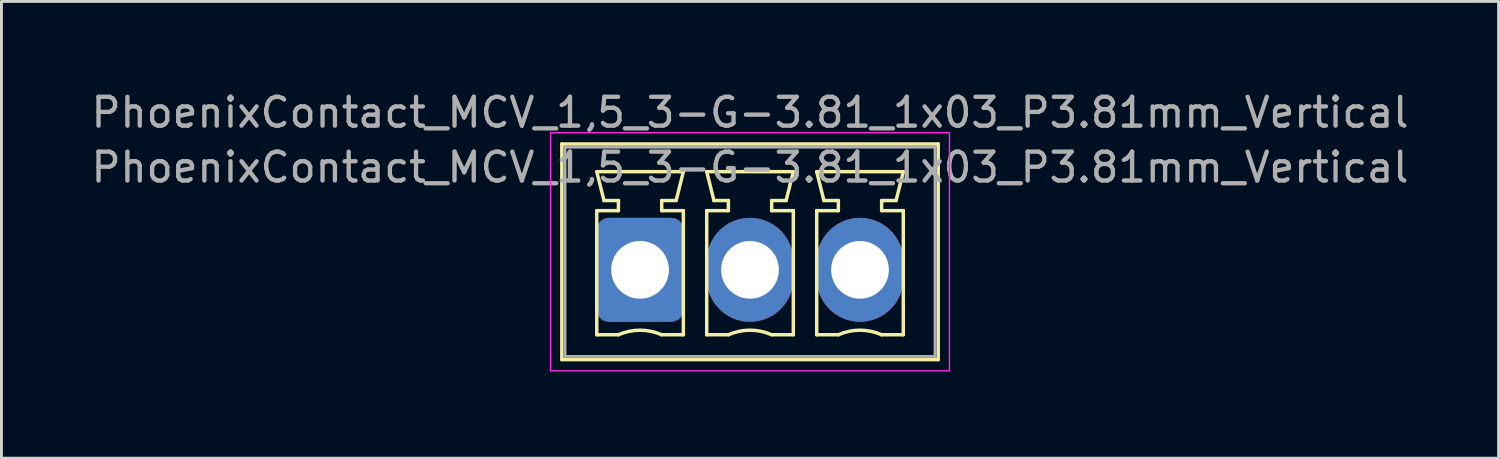
<source format=kicad_pcb>
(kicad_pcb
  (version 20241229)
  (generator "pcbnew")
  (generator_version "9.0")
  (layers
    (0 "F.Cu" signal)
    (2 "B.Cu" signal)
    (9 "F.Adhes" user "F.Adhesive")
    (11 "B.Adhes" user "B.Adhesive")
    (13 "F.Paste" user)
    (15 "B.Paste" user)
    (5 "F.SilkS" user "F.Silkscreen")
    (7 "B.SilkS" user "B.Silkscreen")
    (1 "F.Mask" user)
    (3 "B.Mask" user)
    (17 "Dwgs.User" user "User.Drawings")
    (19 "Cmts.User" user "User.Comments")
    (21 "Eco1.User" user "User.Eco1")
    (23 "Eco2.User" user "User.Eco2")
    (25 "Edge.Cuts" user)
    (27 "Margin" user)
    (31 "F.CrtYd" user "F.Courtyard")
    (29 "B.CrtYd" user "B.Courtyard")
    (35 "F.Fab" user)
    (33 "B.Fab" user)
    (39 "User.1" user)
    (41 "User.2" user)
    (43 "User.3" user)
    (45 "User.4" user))
  (footprint "PhoenixContact_MCV_1,5_3-G-3.81_1x03_P3.81mm_Vertical"
    (layer "F.Cu")
    (at 19.125 6.298)
    (property "Reference" "PhoenixContact_MCV_1,5_3-G-3.81_1x03_P3.81mm_Vertical" (at 3.81 -5.45 0) (layer "F.Fab") (effects (font (size 1 1) (thickness 0.15))))
    (attr through_hole exclude_from_pos_files exclude_from_bom)
    (fp_line (start -2.71 -4.36) (end -2.71 3.11) (stroke (width 0.12) (type solid)) (layer "F.SilkS"))
    (fp_line (start -2.71 3.11) (end 10.33 3.11) (stroke (width 0.12) (type solid)) (layer "F.SilkS"))
    (fp_line (start -1.5 -3.4) (end 1.5 -3.4) (stroke (width 0.12) (type solid)) (layer "F.SilkS"))
    (fp_line (start -1.5 -2.05) (end -0.75 -2.05) (stroke (width 0.12) (type solid)) (layer "F.SilkS"))
    (fp_line (start -1.5 2.25) (end -1.5 -2.05) (stroke (width 0.12) (type solid)) (layer "F.SilkS"))
    (fp_line (start -1.25 -2.4) (end -1.5 -3.4) (stroke (width 0.12) (type solid)) (layer "F.SilkS"))
    (fp_line (start -0.75 -2.4) (end -1.25 -2.4) (stroke (width 0.12) (type solid)) (layer "F.SilkS"))
    (fp_line (start -0.75 -2.05) (end -0.75 -2.4) (stroke (width 0.12) (type solid)) (layer "F.SilkS"))
    (fp_line (start -0.75 2.25) (end -1.5 2.25) (stroke (width 0.12) (type solid)) (layer "F.SilkS"))
    (fp_line (start 0.75 -2.4) (end 0.75 -2.05) (stroke (width 0.12) (type solid)) (layer "F.SilkS"))
    (fp_line (start 0.75 -2.05) (end 1.5 -2.05) (stroke (width 0.12) (type solid)) (layer "F.SilkS"))
    (fp_line (start 1.25 -2.4) (end 0.75 -2.4) (stroke (width 0.12) (type solid)) (layer "F.SilkS"))
    (fp_line (start 1.5 -3.4) (end 1.25 -2.4) (stroke (width 0.12) (type solid)) (layer "F.SilkS"))
    (fp_line (start 1.5 -2.05) (end 1.5 2.25) (stroke (width 0.12) (type solid)) (layer "F.SilkS"))
    (fp_line (start 1.5 2.25) (end 0.75 2.25) (stroke (width 0.12) (type solid)) (layer "F.SilkS"))
    (fp_line (start 2.31 -3.4) (end 5.31 -3.4) (stroke (width 0.12) (type solid)) (layer "F.SilkS"))
    (fp_line (start 2.31 -2.05) (end 3.06 -2.05) (stroke (width 0.12) (type solid)) (layer "F.SilkS"))
    (fp_line (start 2.31 2.25) (end 2.31 -2.05) (stroke (width 0.12) (type solid)) (layer "F.SilkS"))
    (fp_line (start 2.56 -2.4) (end 2.31 -3.4) (stroke (width 0.12) (type solid)) (layer "F.SilkS"))
    (fp_line (start 3.06 -2.4) (end 2.56 -2.4) (stroke (width 0.12) (type solid)) (layer "F.SilkS"))
    (fp_line (start 3.06 -2.05) (end 3.06 -2.4) (stroke (width 0.12) (type solid)) (layer "F.SilkS"))
    (fp_line (start 3.06 2.25) (end 2.31 2.25) (stroke (width 0.12) (type solid)) (layer "F.SilkS"))
    (fp_line (start 4.56 -2.4) (end 4.56 -2.05) (stroke (width 0.12) (type solid)) (layer "F.SilkS"))
    (fp_line (start 4.56 -2.05) (end 5.31 -2.05) (stroke (width 0.12) (type solid)) (layer "F.SilkS"))
    (fp_line (start 5.06 -2.4) (end 4.56 -2.4) (stroke (width 0.12) (type solid)) (layer "F.SilkS"))
    (fp_line (start 5.31 -3.4) (end 5.06 -2.4) (stroke (width 0.12) (type solid)) (layer "F.SilkS"))
    (fp_line (start 5.31 -2.05) (end 5.31 2.25) (stroke (width 0.12) (type solid)) (layer "F.SilkS"))
    (fp_line (start 5.31 2.25) (end 4.56 2.25) (stroke (width 0.12) (type solid)) (layer "F.SilkS"))
    (fp_line (start 6.12 -3.4) (end 9.12 -3.4) (stroke (width 0.12) (type solid)) (layer "F.SilkS"))
    (fp_line (start 6.12 -2.05) (end 6.87 -2.05) (stroke (width 0.12) (type solid)) (layer "F.SilkS"))
    (fp_line (start 6.12 2.25) (end 6.12 -2.05) (stroke (width 0.12) (type solid)) (layer "F.SilkS"))
    (fp_line (start 6.37 -2.4) (end 6.12 -3.4) (stroke (width 0.12) (type solid)) (layer "F.SilkS"))
    (fp_line (start 6.87 -2.4) (end 6.37 -2.4) (stroke (width 0.12) (type solid)) (layer "F.SilkS"))
    (fp_line (start 6.87 -2.05) (end 6.87 -2.4) (stroke (width 0.12) (type solid)) (layer "F.SilkS"))
    (fp_line (start 6.87 2.25) (end 6.12 2.25) (stroke (width 0.12) (type solid)) (layer "F.SilkS"))
    (fp_line (start 8.37 -2.4) (end 8.37 -2.05) (stroke (width 0.12) (type solid)) (layer "F.SilkS"))
    (fp_line (start 8.37 -2.05) (end 9.12 -2.05) (stroke (width 0.12) (type solid)) (layer "F.SilkS"))
    (fp_line (start 8.87 -2.4) (end 8.37 -2.4) (stroke (width 0.12) (type solid)) (layer "F.SilkS"))
    (fp_line (start 9.12 -3.4) (end 8.87 -2.4) (stroke (width 0.12) (type solid)) (layer "F.SilkS"))
    (fp_line (start 9.12 -2.05) (end 9.12 2.25) (stroke (width 0.12) (type solid)) (layer "F.SilkS"))
    (fp_line (start 9.12 2.25) (end 8.37 2.25) (stroke (width 0.12) (type solid)) (layer "F.SilkS"))
    (fp_line (start 10.33 -4.36) (end -2.71 -4.36) (stroke (width 0.12) (type solid)) (layer "F.SilkS"))
    (fp_line (start 10.33 3.11) (end 10.33 -4.36) (stroke (width 0.12) (type solid)) (layer "F.SilkS"))
    (fp_arc (start -0.75 2.25) (mid -0.000193 2.09191) (end 0.749647 2.249844) (stroke (width 0.12) (type solid)) (layer "F.SilkS"))
    (fp_arc (start 3.06 2.25) (mid 3.809807 2.09191) (end 4.559647 2.249844) (stroke (width 0.12) (type solid)) (layer "F.SilkS"))
    (fp_arc (start 6.87 2.25) (mid 7.619807 2.09191) (end 8.369647 2.249844) (stroke (width 0.12) (type solid)) (layer "F.SilkS"))
    (fp_line (start -3.1 -4.75) (end -3.1 3.5) (stroke (width 0.05) (type solid)) (layer "F.CrtYd"))
    (fp_line (start -3.1 3.5) (end 10.72 3.5) (stroke (width 0.05) (type solid)) (layer "F.CrtYd"))
    (fp_line (start 10.72 -4.75) (end -3.1 -4.75) (stroke (width 0.05) (type solid)) (layer "F.CrtYd"))
    (fp_line (start 10.72 3.5) (end 10.72 -4.75) (stroke (width 0.05) (type solid)) (layer "F.CrtYd"))
    (fp_line (start -2.6 -4.25) (end -2.6 3) (stroke (width 0.1) (type solid)) (layer "F.Fab"))
    (fp_line (start -2.6 3) (end 10.22 3) (stroke (width 0.1) (type solid)) (layer "F.Fab"))
    (fp_line (start 10.22 -4.25) (end -2.6 -4.25) (stroke (width 0.1) (type solid)) (layer "F.Fab"))
    (fp_line (start 10.22 3) (end 10.22 -4.25) (stroke (width 0.1) (type solid)) (layer "F.Fab"))
    (fp_text user "${REFERENCE}" (at 3.81 -3.55 0) (layer "F.Fab") (effects (font (size 1 1) (thickness 0.15))))
    (pad "1" thru_hole roundrect (at 0 0) (size 3 3.6) (drill 2) (layers "*.Cu" "*.Mask") (roundrect_rratio 0.139))
    (pad "2" thru_hole oval (at 3.81 0) (size 3 3.6) (drill 2) (layers "*.Cu" "*.Mask"))
    (pad "3" thru_hole oval (at 7.62 0) (size 3 3.6) (drill 2) (layers "*.Cu" "*.Mask")))
  (gr_rect
    (start -3 -3)
    (end 48.869 12.823)
    (stroke (width 0.1) (type default))
    (fill no)
    (layer "Edge.Cuts")))
</source>
